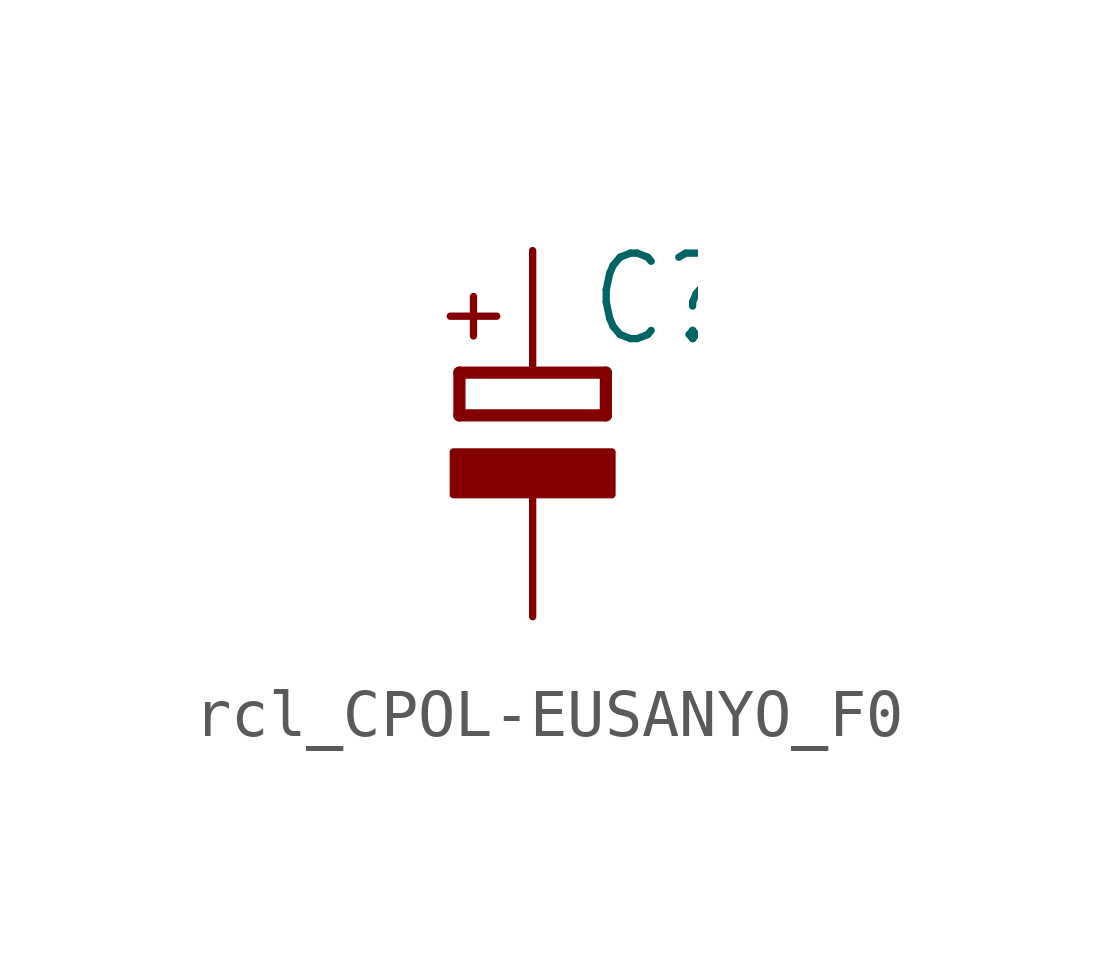
<source format=kicad_sym>
(kicad_symbol_lib
  (version 20231120)
  (generator "kicad_symbol_editor")
  (generator_version "8.0")
  (symbol "rcl_CPOL-EUSANYO_F0"
    (property "Reference" "C"
      (at 1.143 0.483 0)
      (effects (font (size 1.778 1.511)) (justify left bottom)))
    (property "Value" ""
      (at 1.143 -4.597 0)
      (effects (font (size 1.778 1.511)) (justify left bottom)))
    (property "ki_locked" ""
      (at 0 0 0)
      (effects (font (size 1.27 1.27))))
    (symbol "rcl_CPOL-EUSANYO_F0_1_0"
      (rectangle (start -1.651 -2.54) (end 1.651 -1.651) (stroke (width 0) (type default)) (fill (type outline)))
      (polyline (pts (xy -1.524 -0.889) (xy 1.524 -0.889)) (stroke (width 0.254) (type solid)) (fill (type none)))
      (polyline (pts (xy -1.524 0) (xy -1.524 -0.889)) (stroke (width 0.254) (type solid)) (fill (type none)))
      (polyline (pts (xy -1.524 0) (xy 1.524 0)) (stroke (width 0.254) (type solid)) (fill (type none)))
      (polyline (pts (xy 1.524 -0.889) (xy 1.524 0)) (stroke (width 0.254) (type solid)) (fill (type none)))
      (text "+" (at -0.584 0.406 900) (effects (font (size 1.27 1.079)) (justify left bottom)))
      (pin passive line (at 0 2.54 270) (length 2.54) (name "+" (effects (font (size 0 0)))) (number "+" (effects (font (size 0 0)))))
      (pin passive line (at 0 -5.08 90) (length 2.54) (name "-" (effects (font (size 0 0)))) (number "-" (effects (font (size 0 0))))))))
</source>
